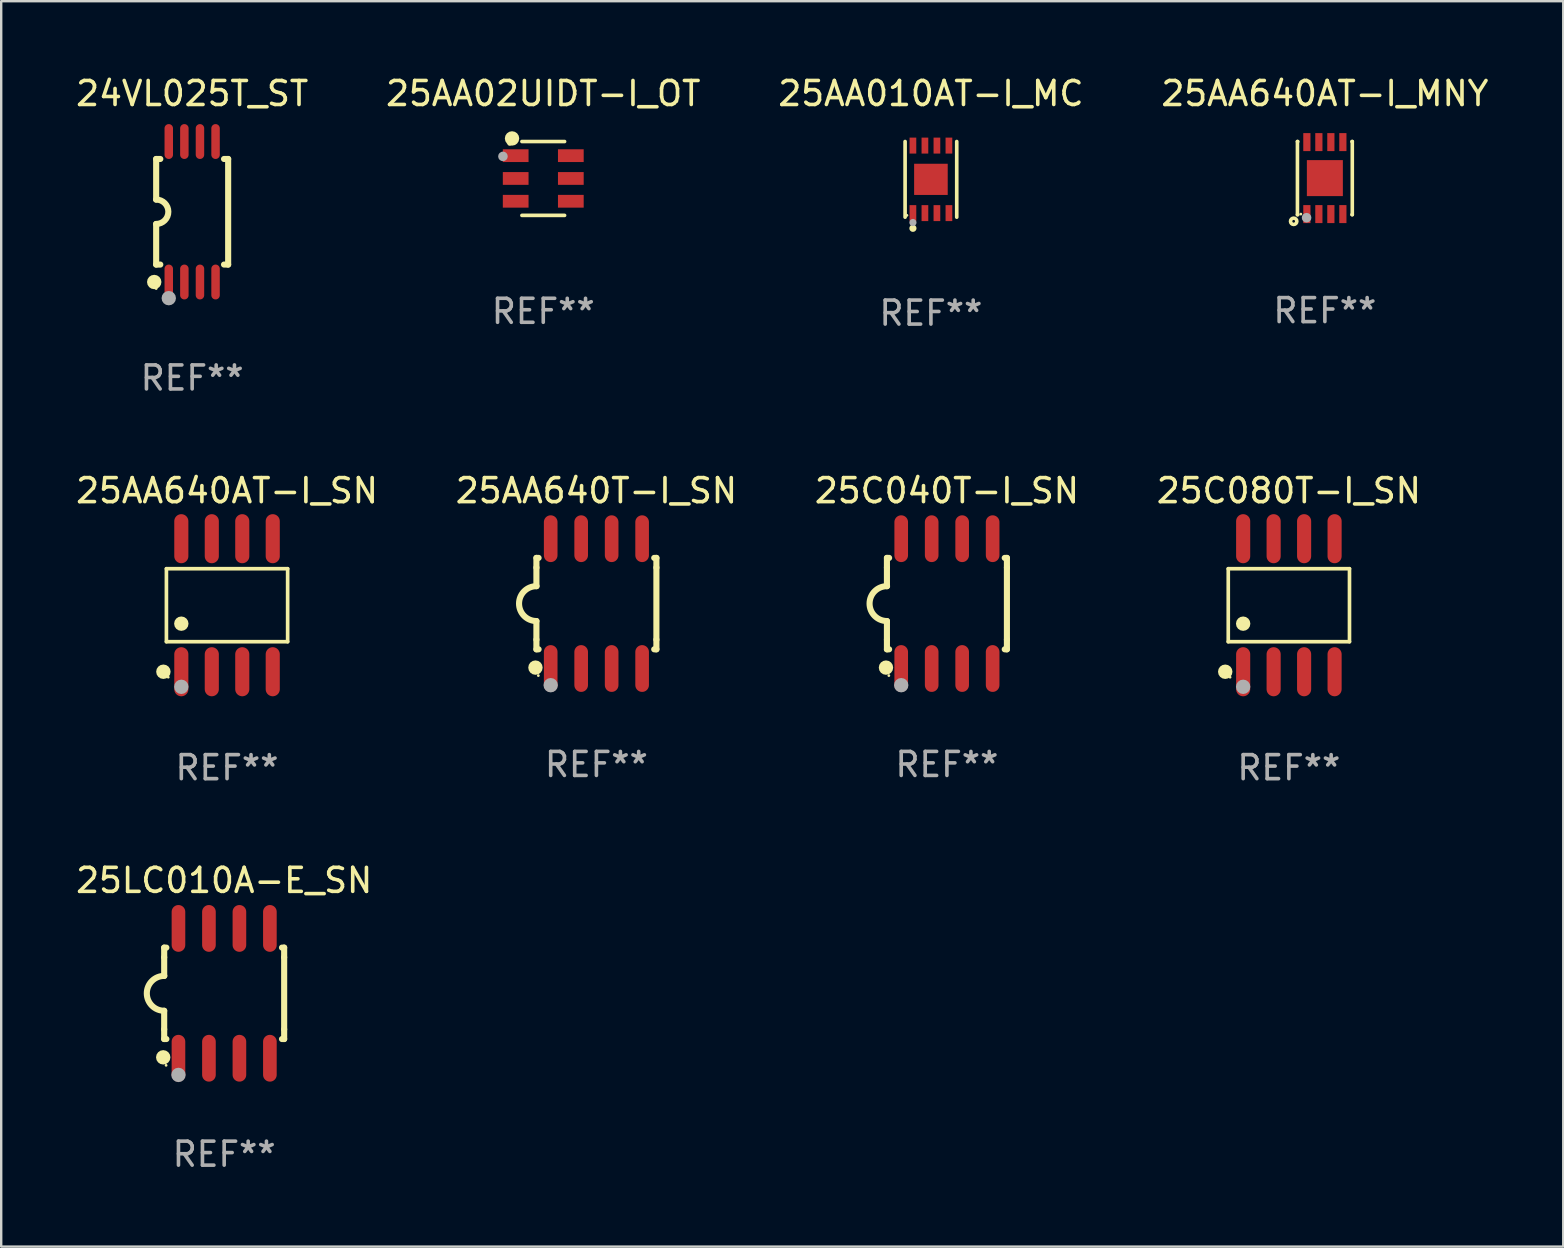
<source format=kicad_pcb>
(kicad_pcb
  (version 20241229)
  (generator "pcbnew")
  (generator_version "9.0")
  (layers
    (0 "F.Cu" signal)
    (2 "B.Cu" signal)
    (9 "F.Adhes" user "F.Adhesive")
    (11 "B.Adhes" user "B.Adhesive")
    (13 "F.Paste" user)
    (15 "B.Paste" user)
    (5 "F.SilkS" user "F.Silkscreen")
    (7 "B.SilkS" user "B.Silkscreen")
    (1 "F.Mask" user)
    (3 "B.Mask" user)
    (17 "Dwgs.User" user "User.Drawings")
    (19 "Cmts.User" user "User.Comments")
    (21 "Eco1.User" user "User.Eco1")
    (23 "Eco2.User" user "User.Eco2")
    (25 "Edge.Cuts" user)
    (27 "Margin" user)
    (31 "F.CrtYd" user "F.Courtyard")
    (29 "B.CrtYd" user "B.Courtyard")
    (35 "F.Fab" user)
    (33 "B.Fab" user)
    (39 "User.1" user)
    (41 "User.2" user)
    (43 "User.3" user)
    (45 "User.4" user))
  (footprint "25AA010AT-I_MC"
    (layer "F.Cu")
    (at 35.744 4.424)
    (property "Reference" "25AA010AT-I_MC" (at 0 -3.576 0) (layer "F.SilkS") (effects (font (size 1 1) (thickness 0.15))))
    (attr through_hole)
    (fp_line (start -1.076 1.576) (end -1.076 -1.576) (stroke (width 0.152) (type solid)) (layer "F.SilkS"))
    (fp_line (start 1.076 1.576) (end 1.076 -1.576) (stroke (width 0.152) (type solid)) (layer "F.SilkS"))
    (fp_circle (center -1 1.5) (end -0.97 1.5) (stroke (width 0.06) (type solid)) (fill no) (layer "F.SilkS"))
    (fp_circle (center -0.75 2.04) (end -0.675 2.04) (stroke (width 0.15) (type solid)) (fill no) (layer "F.SilkS"))
    (fp_circle (center -0.75 1.8) (end -0.675 1.8) (stroke (width 0.15) (type solid)) (fill no) (layer "F.Fab"))
    (fp_text user "REF**" (at 0 5.576 0) (layer "F.Fab") (effects (font (size 1 1) (thickness 0.15))))
    (pad "1" smd rect (at -0.75 1.407) (size 0.28 0.665) (layers "F.Cu" "F.Mask" "F.Paste"))
    (pad "2" smd rect (at -0.25 1.407) (size 0.28 0.665) (layers "F.Cu" "F.Mask" "F.Paste"))
    (pad "3" smd rect (at 0.25 1.407) (size 0.28 0.665) (layers "F.Cu" "F.Mask" "F.Paste"))
    (pad "4" smd rect (at 0.75 1.407) (size 0.28 0.665) (layers "F.Cu" "F.Mask" "F.Paste"))
    (pad "5" smd rect (at 0.75 -1.407) (size 0.28 0.665) (layers "F.Cu" "F.Mask" "F.Paste"))
    (pad "6" smd rect (at 0.25 -1.407) (size 0.28 0.665) (layers "F.Cu" "F.Mask" "F.Paste"))
    (pad "7" smd rect (at -0.25 -1.407) (size 0.28 0.665) (layers "F.Cu" "F.Mask" "F.Paste"))
    (pad "8" smd rect (at -0.75 -1.407) (size 0.28 0.665) (layers "F.Cu" "F.Mask" "F.Paste"))
    (pad "9" smd rect (at 0 0) (size 1.4 1.3) (layers "F.Cu" "F.Mask" "F.Paste")))
  (footprint "25AA640AT-I_MNY"
    (layer "F.Cu")
    (at 52.161 4.372)
    (property "Reference" "25AA640AT-I_MNY" (at 0 -3.524 0) (layer "F.SilkS") (effects (font (size 1 1) (thickness 0.15))))
    (attr through_hole)
    (fp_line (start -1.143 -1.524) (end -1.143 1.524) (stroke (width 0.15) (type solid)) (layer "F.SilkS"))
    (fp_line (start -1.143 1.524) (end -1.129 1.524) (stroke (width 0.15) (type solid)) (layer "F.SilkS"))
    (fp_line (start -1.129 -1.524) (end -1.143 -1.524) (stroke (width 0.15) (type solid)) (layer "F.SilkS"))
    (fp_line (start 1.129 1.524) (end 1.143 1.524) (stroke (width 0.15) (type solid)) (layer "F.SilkS"))
    (fp_line (start 1.143 -1.524) (end 1.129 -1.524) (stroke (width 0.15) (type solid)) (layer "F.SilkS"))
    (fp_line (start 1.143 1.524) (end 1.143 -1.524) (stroke (width 0.15) (type solid)) (layer "F.SilkS"))
    (fp_circle (center -1.3 1.8) (end -1.243 1.8) (stroke (width 0.15) (type solid)) (fill no) (layer "F.SilkS"))
    (fp_circle (center -1 1.5) (end -0.97 1.5) (stroke (width 0.06) (type solid)) (fill no) (layer "F.SilkS"))
    (fp_circle (center -0.762 1.651) (end -0.662 1.651) (stroke (width 0.2) (type solid)) (fill no) (layer "F.Fab"))
    (fp_text user "REF**" (at 0 5.524 0) (layer "F.Fab") (effects (font (size 1 1) (thickness 0.15))))
    (pad "1" smd rect (at -0.75 1.5 90) (size 0.75 0.3) (layers "F.Cu" "F.Mask" "F.Paste"))
    (pad "2" smd rect (at -0.25 1.5 90) (size 0.75 0.3) (layers "F.Cu" "F.Mask" "F.Paste"))
    (pad "3" smd rect (at 0.25 1.5 90) (size 0.75 0.3) (layers "F.Cu" "F.Mask" "F.Paste"))
    (pad "4" smd rect (at 0.75 1.5 90) (size 0.75 0.3) (layers "F.Cu" "F.Mask" "F.Paste"))
    (pad "5" smd rect (at 0.75 -1.5 90) (size 0.75 0.3) (layers "F.Cu" "F.Mask" "F.Paste"))
    (pad "6" smd rect (at 0.25 -1.5 90) (size 0.75 0.3) (layers "F.Cu" "F.Mask" "F.Paste"))
    (pad "7" smd rect (at -0.25 -1.5 90) (size 0.75 0.3) (layers "F.Cu" "F.Mask" "F.Paste"))
    (pad "8" smd rect (at -0.75 -1.5 90) (size 0.75 0.3) (layers "F.Cu" "F.Mask" "F.Paste"))
    (pad "9" smd rect (at -0.000203 0.000457 90) (size 1.5 1.5) (layers "F.Cu" "F.Mask" "F.Paste")))
  (footprint "24VL025T_ST"
    (layer "F.Cu")
    (at 4.958 5.775)
    (property "Reference" "24VL025T_ST" (at 0 -4.927 0) (layer "F.SilkS") (effects (font (size 1 1) (thickness 0.15))))
    (attr through_hole)
    (fp_line (start -1.5 -2.2) (end -1.5 -0.508) (stroke (width 0.254) (type solid)) (layer "F.SilkS"))
    (fp_line (start -1.5 -2.2) (end -1.328 -2.2) (stroke (width 0.254) (type solid)) (layer "F.SilkS"))
    (fp_line (start -1.5 2.2) (end -1.5 0.508) (stroke (width 0.254) (type solid)) (layer "F.SilkS"))
    (fp_line (start -1.5 2.2) (end -1.328 2.2) (stroke (width 0.254) (type solid)) (layer "F.SilkS"))
    (fp_line (start 1.328 -2.2) (end 1.5 -2.2) (stroke (width 0.254) (type solid)) (layer "F.SilkS"))
    (fp_line (start 1.328 2.2) (end 1.5 2.2) (stroke (width 0.254) (type solid)) (layer "F.SilkS"))
    (fp_line (start 1.5 -2.2) (end 1.5 2.2) (stroke (width 0.254) (type solid)) (layer "F.SilkS"))
    (fp_arc (start -1.501144 -0.508) (mid -0.993143 -0.000571) (end -1.5 0.508001) (stroke (width 0.254001) (type solid)) (layer "F.SilkS"))
    (fp_circle (center -1.581 2.927) (end -1.431 2.927) (stroke (width 0.3) (type solid)) (fill no) (layer "F.SilkS"))
    (fp_circle (center -1.5 3.2) (end -1.47 3.2) (stroke (width 0.06) (type solid)) (fill no) (layer "F.SilkS"))
    (fp_circle (center -0.975 3.6) (end -0.825 3.6) (stroke (width 0.3) (type solid)) (fill no) (layer "F.Fab"))
    (fp_text user "REF**" (at 0 6.927 0) (layer "F.Fab") (effects (font (size 1 1) (thickness 0.15))))
    (pad "1" smd oval (at -0.975 2.927) (size 0.353 1.454) (layers "F.Cu" "F.Mask" "F.Paste"))
    (pad "2" smd oval (at -0.325 2.927) (size 0.353 1.454) (layers "F.Cu" "F.Mask" "F.Paste"))
    (pad "3" smd oval (at 0.325 2.927) (size 0.353 1.454) (layers "F.Cu" "F.Mask" "F.Paste"))
    (pad "4" smd oval (at 0.975 2.927) (size 0.353 1.454) (layers "F.Cu" "F.Mask" "F.Paste"))
    (pad "5" smd oval (at 0.975 -2.927) (size 0.353 1.454) (layers "F.Cu" "F.Mask" "F.Paste"))
    (pad "6" smd oval (at 0.325 -2.927) (size 0.353 1.454) (layers "F.Cu" "F.Mask" "F.Paste"))
    (pad "7" smd oval (at -0.325 -2.927) (size 0.353 1.454) (layers "F.Cu" "F.Mask" "F.Paste"))
    (pad "8" smd oval (at -0.975 -2.927) (size 0.353 1.454) (layers "F.Cu" "F.Mask" "F.Paste")))
  (footprint "25AA02UIDT-I_OT"
    (layer "F.Cu")
    (at 19.589 4.387)
    (property "Reference" "25AA02UIDT-I_OT" (at 0 -3.539 0) (layer "F.SilkS") (effects (font (size 1 1) (thickness 0.15))))
    (attr through_hole)
    (fp_line (start -0.889 -1.539) (end 0.889 -1.539) (stroke (width 0.152) (type solid)) (layer "F.SilkS"))
    (fp_line (start -0.889 1.539) (end 0.889 1.539) (stroke (width 0.152) (type solid)) (layer "F.SilkS"))
    (fp_circle (center -1.4 -1.463) (end -1.35 -1.463) (stroke (width 0.1) (type solid)) (fill no) (layer "F.SilkS"))
    (fp_circle (center -1.301 -1.668) (end -1.151 -1.668) (stroke (width 0.3) (type solid)) (fill no) (layer "F.SilkS"))
    (fp_circle (center -1.68 -0.92) (end -1.58 -0.92) (stroke (width 0.2) (type solid)) (fill no) (layer "F.Fab"))
    (fp_text user "REF**" (at 0 5.539 0) (layer "F.Fab") (effects (font (size 1 1) (thickness 0.15))))
    (pad "1" smd rect (at -1.149 -0.95 270) (size 0.532 1.072) (layers "F.Cu" "F.Mask" "F.Paste"))
    (pad "2" smd rect (at -1.149 0.000102 270) (size 0.532 1.072) (layers "F.Cu" "F.Mask" "F.Paste"))
    (pad "3" smd rect (at -1.149 0.95 270) (size 0.532 1.072) (layers "F.Cu" "F.Mask" "F.Paste"))
    (pad "4" smd rect (at 1.149 0.95 270) (size 0.532 1.072) (layers "F.Cu" "F.Mask" "F.Paste"))
    (pad "5" smd rect (at 1.149 0.000102 270) (size 0.532 1.072) (layers "F.Cu" "F.Mask" "F.Paste"))
    (pad "6" smd rect (at 1.149 -0.95 270) (size 0.532 1.072) (layers "F.Cu" "F.Mask" "F.Paste")))
  (footprint "25C080T-I_SN"
    (layer "F.Cu")
    (at 50.661 22.171)
    (property "Reference" "25C080T-I_SN" (at 0 -4.772 0) (layer "F.SilkS") (effects (font (size 1 1) (thickness 0.15))))
    (attr through_hole)
    (fp_line (start -2.526 -1.521) (end 2.526 -1.521) (stroke (width 0.152) (type solid)) (layer "F.SilkS"))
    (fp_line (start -2.526 1.521) (end -2.526 -1.521) (stroke (width 0.152) (type solid)) (layer "F.SilkS"))
    (fp_line (start 2.526 -1.521) (end 2.526 1.521) (stroke (width 0.152) (type solid)) (layer "F.SilkS"))
    (fp_line (start 2.526 1.521) (end -2.526 1.521) (stroke (width 0.152) (type solid)) (layer "F.SilkS"))
    (fp_circle (center -2.652 2.772) (end -2.501 2.772) (stroke (width 0.3) (type solid)) (fill no) (layer "F.SilkS"))
    (fp_circle (center -2.45 3) (end -2.42 3) (stroke (width 0.06) (type solid)) (fill no) (layer "F.SilkS"))
    (fp_circle (center -1.905 0.769) (end -1.755 0.769) (stroke (width 0.3) (type solid)) (fill no) (layer "F.SilkS"))
    (fp_circle (center -1.905 3.4) (end -1.755 3.4) (stroke (width 0.3) (type solid)) (fill no) (layer "F.Fab"))
    (fp_text user "REF**" (at 0 6.772 0) (layer "F.Fab") (effects (font (size 1 1) (thickness 0.15))))
    (pad "1" smd oval (at -1.905 2.772) (size 0.588 2.045) (layers "F.Cu" "F.Mask" "F.Paste"))
    (pad "2" smd oval (at -0.635 2.772) (size 0.588 2.045) (layers "F.Cu" "F.Mask" "F.Paste"))
    (pad "3" smd oval (at 0.635 2.772) (size 0.588 2.045) (layers "F.Cu" "F.Mask" "F.Paste"))
    (pad "4" smd oval (at 1.905 2.772) (size 0.588 2.045) (layers "F.Cu" "F.Mask" "F.Paste"))
    (pad "5" smd oval (at 1.905 -2.772) (size 0.588 2.045) (layers "F.Cu" "F.Mask" "F.Paste"))
    (pad "6" smd oval (at 0.635 -2.772) (size 0.588 2.045) (layers "F.Cu" "F.Mask" "F.Paste"))
    (pad "7" smd oval (at -0.635 -2.772) (size 0.588 2.045) (layers "F.Cu" "F.Mask" "F.Paste"))
    (pad "8" smd oval (at -1.905 -2.772) (size 0.588 2.045) (layers "F.Cu" "F.Mask" "F.Paste")))
  (footprint "25AA640AT-I_SN"
    (layer "F.Cu")
    (at 6.411 22.171)
    (property "Reference" "25AA640AT-I_SN" (at 0 -4.772 0) (layer "F.SilkS") (effects (font (size 1 1) (thickness 0.15))))
    (attr through_hole)
    (fp_line (start -2.526 -1.521) (end 2.526 -1.521) (stroke (width 0.152) (type solid)) (layer "F.SilkS"))
    (fp_line (start -2.526 1.521) (end -2.526 -1.521) (stroke (width 0.152) (type solid)) (layer "F.SilkS"))
    (fp_line (start 2.526 -1.521) (end 2.526 1.521) (stroke (width 0.152) (type solid)) (layer "F.SilkS"))
    (fp_line (start 2.526 1.521) (end -2.526 1.521) (stroke (width 0.152) (type solid)) (layer "F.SilkS"))
    (fp_circle (center -2.652 2.772) (end -2.501 2.772) (stroke (width 0.3) (type solid)) (fill no) (layer "F.SilkS"))
    (fp_circle (center -2.45 3) (end -2.42 3) (stroke (width 0.06) (type solid)) (fill no) (layer "F.SilkS"))
    (fp_circle (center -1.905 0.769) (end -1.755 0.769) (stroke (width 0.3) (type solid)) (fill no) (layer "F.SilkS"))
    (fp_circle (center -1.905 3.4) (end -1.755 3.4) (stroke (width 0.3) (type solid)) (fill no) (layer "F.Fab"))
    (fp_text user "REF**" (at 0 6.772 0) (layer "F.Fab") (effects (font (size 1 1) (thickness 0.15))))
    (pad "1" smd oval (at -1.905 2.772) (size 0.588 2.045) (layers "F.Cu" "F.Mask" "F.Paste"))
    (pad "2" smd oval (at -0.635 2.772) (size 0.588 2.045) (layers "F.Cu" "F.Mask" "F.Paste"))
    (pad "3" smd oval (at 0.635 2.772) (size 0.588 2.045) (layers "F.Cu" "F.Mask" "F.Paste"))
    (pad "4" smd oval (at 1.905 2.772) (size 0.588 2.045) (layers "F.Cu" "F.Mask" "F.Paste"))
    (pad "5" smd oval (at 1.905 -2.772) (size 0.588 2.045) (layers "F.Cu" "F.Mask" "F.Paste"))
    (pad "6" smd oval (at 0.635 -2.772) (size 0.588 2.045) (layers "F.Cu" "F.Mask" "F.Paste"))
    (pad "7" smd oval (at -0.635 -2.772) (size 0.588 2.045) (layers "F.Cu" "F.Mask" "F.Paste"))
    (pad "8" smd oval (at -1.905 -2.772) (size 0.588 2.045) (layers "F.Cu" "F.Mask" "F.Paste")))
  (footprint "25LC010A-E_SN"
    (layer "F.Cu")
    (at 6.292 38.345)
    (property "Reference" "25LC010A-E_SN" (at 0 -4.705 0) (layer "F.SilkS") (effects (font (size 1 1) (thickness 0.15))))
    (attr through_hole)
    (fp_line (start -2.5 -1.905) (end -2.409 -1.905) (stroke (width 0.254) (type solid)) (layer "F.SilkS"))
    (fp_line (start -2.5 -1.5) (end -2.5 -1.905) (stroke (width 0.254) (type solid)) (layer "F.SilkS"))
    (fp_line (start -2.5 -1.5) (end -2.5 -0.726) (stroke (width 0.254) (type solid)) (layer "F.SilkS"))
    (fp_line (start -2.5 1.5) (end -2.5 0.727) (stroke (width 0.254) (type solid)) (layer "F.SilkS"))
    (fp_line (start -2.5 1.5) (end -2.5 1.905) (stroke (width 0.254) (type solid)) (layer "F.SilkS"))
    (fp_line (start -2.5 1.905) (end -2.409 1.905) (stroke (width 0.254) (type solid)) (layer "F.SilkS"))
    (fp_line (start 2.5 -1.905) (end 2.409 -1.905) (stroke (width 0.254) (type solid)) (layer "F.SilkS"))
    (fp_line (start 2.5 -1.5) (end 2.5 -1.905) (stroke (width 0.254) (type solid)) (layer "F.SilkS"))
    (fp_line (start 2.5 -1.5) (end 2.5 1.5) (stroke (width 0.254) (type solid)) (layer "F.SilkS"))
    (fp_line (start 2.5 1.5) (end 2.5 1.905) (stroke (width 0.254) (type solid)) (layer "F.SilkS"))
    (fp_line (start 2.5 1.905) (end 2.409 1.905) (stroke (width 0.254) (type solid)) (layer "F.SilkS"))
    (fp_arc (start -2.5 0.726568) (mid -3.220316 -0.0023) (end -2.495097 -0.726289) (stroke (width 0.254001) (type solid)) (layer "F.SilkS"))
    (fp_circle (center -2.54 2.667) (end -2.39 2.667) (stroke (width 0.3) (type solid)) (fill no) (layer "F.SilkS"))
    (fp_circle (center -2.42 3) (end -2.39 3) (stroke (width 0.06) (type solid)) (fill no) (layer "F.SilkS"))
    (fp_circle (center -1.905 3.4) (end -1.755 3.4) (stroke (width 0.3) (type solid)) (fill no) (layer "F.Fab"))
    (fp_text user "REF**" (at 0 6.705 0) (layer "F.Fab") (effects (font (size 1 1) (thickness 0.15))))
    (pad "1" smd oval (at -1.905 2.705) (size 0.568 1.95) (layers "F.Cu" "F.Mask" "F.Paste"))
    (pad "2" smd oval (at -0.635 2.705) (size 0.568 1.95) (layers "F.Cu" "F.Mask" "F.Paste"))
    (pad "3" smd oval (at 0.635 2.705) (size 0.568 1.95) (layers "F.Cu" "F.Mask" "F.Paste"))
    (pad "4" smd oval (at 1.905 2.705) (size 0.568 1.95) (layers "F.Cu" "F.Mask" "F.Paste"))
    (pad "5" smd oval (at 1.905 -2.705) (size 0.568 1.95) (layers "F.Cu" "F.Mask" "F.Paste"))
    (pad "6" smd oval (at 0.635 -2.705) (size 0.568 1.95) (layers "F.Cu" "F.Mask" "F.Paste"))
    (pad "7" smd oval (at -0.635 -2.705) (size 0.568 1.95) (layers "F.Cu" "F.Mask" "F.Paste"))
    (pad "8" smd oval (at -1.905 -2.705) (size 0.568 1.95) (layers "F.Cu" "F.Mask" "F.Paste")))
  (footprint "25AA640T-I_SN"
    (layer "F.Cu")
    (at 21.804 22.104)
    (property "Reference" "25AA640T-I_SN" (at 0 -4.705 0) (layer "F.SilkS") (effects (font (size 1 1) (thickness 0.15))))
    (attr through_hole)
    (fp_line (start -2.5 -1.905) (end -2.409 -1.905) (stroke (width 0.254) (type solid)) (layer "F.SilkS"))
    (fp_line (start -2.5 -1.5) (end -2.5 -1.905) (stroke (width 0.254) (type solid)) (layer "F.SilkS"))
    (fp_line (start -2.5 -1.5) (end -2.5 -0.726) (stroke (width 0.254) (type solid)) (layer "F.SilkS"))
    (fp_line (start -2.5 1.5) (end -2.5 0.727) (stroke (width 0.254) (type solid)) (layer "F.SilkS"))
    (fp_line (start -2.5 1.5) (end -2.5 1.905) (stroke (width 0.254) (type solid)) (layer "F.SilkS"))
    (fp_line (start -2.5 1.905) (end -2.409 1.905) (stroke (width 0.254) (type solid)) (layer "F.SilkS"))
    (fp_line (start 2.5 -1.905) (end 2.409 -1.905) (stroke (width 0.254) (type solid)) (layer "F.SilkS"))
    (fp_line (start 2.5 -1.5) (end 2.5 -1.905) (stroke (width 0.254) (type solid)) (layer "F.SilkS"))
    (fp_line (start 2.5 -1.5) (end 2.5 1.5) (stroke (width 0.254) (type solid)) (layer "F.SilkS"))
    (fp_line (start 2.5 1.5) (end 2.5 1.905) (stroke (width 0.254) (type solid)) (layer "F.SilkS"))
    (fp_line (start 2.5 1.905) (end 2.409 1.905) (stroke (width 0.254) (type solid)) (layer "F.SilkS"))
    (fp_arc (start -2.5 0.726568) (mid -3.220316 -0.0023) (end -2.495097 -0.726289) (stroke (width 0.254001) (type solid)) (layer "F.SilkS"))
    (fp_circle (center -2.54 2.667) (end -2.39 2.667) (stroke (width 0.3) (type solid)) (fill no) (layer "F.SilkS"))
    (fp_circle (center -2.42 3) (end -2.39 3) (stroke (width 0.06) (type solid)) (fill no) (layer "F.SilkS"))
    (fp_circle (center -1.905 3.4) (end -1.755 3.4) (stroke (width 0.3) (type solid)) (fill no) (layer "F.Fab"))
    (fp_text user "REF**" (at 0 6.705 0) (layer "F.Fab") (effects (font (size 1 1) (thickness 0.15))))
    (pad "1" smd oval (at -1.905 2.705) (size 0.568 1.95) (layers "F.Cu" "F.Mask" "F.Paste"))
    (pad "2" smd oval (at -0.635 2.705) (size 0.568 1.95) (layers "F.Cu" "F.Mask" "F.Paste"))
    (pad "3" smd oval (at 0.635 2.705) (size 0.568 1.95) (layers "F.Cu" "F.Mask" "F.Paste"))
    (pad "4" smd oval (at 1.905 2.705) (size 0.568 1.95) (layers "F.Cu" "F.Mask" "F.Paste"))
    (pad "5" smd oval (at 1.905 -2.705) (size 0.568 1.95) (layers "F.Cu" "F.Mask" "F.Paste"))
    (pad "6" smd oval (at 0.635 -2.705) (size 0.568 1.95) (layers "F.Cu" "F.Mask" "F.Paste"))
    (pad "7" smd oval (at -0.635 -2.705) (size 0.568 1.95) (layers "F.Cu" "F.Mask" "F.Paste"))
    (pad "8" smd oval (at -1.905 -2.705) (size 0.568 1.95) (layers "F.Cu" "F.Mask" "F.Paste")))
  (footprint "25C040T-I_SN"
    (layer "F.Cu")
    (at 36.411 22.104)
    (property "Reference" "25C040T-I_SN" (at 0 -4.705 0) (layer "F.SilkS") (effects (font (size 1 1) (thickness 0.15))))
    (attr through_hole)
    (fp_line (start -2.5 -1.905) (end -2.409 -1.905) (stroke (width 0.254) (type solid)) (layer "F.SilkS"))
    (fp_line (start -2.5 -1.5) (end -2.5 -1.905) (stroke (width 0.254) (type solid)) (layer "F.SilkS"))
    (fp_line (start -2.5 -1.5) (end -2.5 -0.726) (stroke (width 0.254) (type solid)) (layer "F.SilkS"))
    (fp_line (start -2.5 1.5) (end -2.5 0.727) (stroke (width 0.254) (type solid)) (layer "F.SilkS"))
    (fp_line (start -2.5 1.5) (end -2.5 1.905) (stroke (width 0.254) (type solid)) (layer "F.SilkS"))
    (fp_line (start -2.5 1.905) (end -2.409 1.905) (stroke (width 0.254) (type solid)) (layer "F.SilkS"))
    (fp_line (start 2.5 -1.905) (end 2.409 -1.905) (stroke (width 0.254) (type solid)) (layer "F.SilkS"))
    (fp_line (start 2.5 -1.5) (end 2.5 -1.905) (stroke (width 0.254) (type solid)) (layer "F.SilkS"))
    (fp_line (start 2.5 -1.5) (end 2.5 1.5) (stroke (width 0.254) (type solid)) (layer "F.SilkS"))
    (fp_line (start 2.5 1.5) (end 2.5 1.905) (stroke (width 0.254) (type solid)) (layer "F.SilkS"))
    (fp_line (start 2.5 1.905) (end 2.409 1.905) (stroke (width 0.254) (type solid)) (layer "F.SilkS"))
    (fp_arc (start -2.5 0.726568) (mid -3.220316 -0.0023) (end -2.495097 -0.726289) (stroke (width 0.254001) (type solid)) (layer "F.SilkS"))
    (fp_circle (center -2.54 2.667) (end -2.39 2.667) (stroke (width 0.3) (type solid)) (fill no) (layer "F.SilkS"))
    (fp_circle (center -2.42 3) (end -2.39 3) (stroke (width 0.06) (type solid)) (fill no) (layer "F.SilkS"))
    (fp_circle (center -1.905 3.4) (end -1.755 3.4) (stroke (width 0.3) (type solid)) (fill no) (layer "F.Fab"))
    (fp_text user "REF**" (at 0 6.705 0) (layer "F.Fab") (effects (font (size 1 1) (thickness 0.15))))
    (pad "1" smd oval (at -1.905 2.705) (size 0.568 1.95) (layers "F.Cu" "F.Mask" "F.Paste"))
    (pad "2" smd oval (at -0.635 2.705) (size 0.568 1.95) (layers "F.Cu" "F.Mask" "F.Paste"))
    (pad "3" smd oval (at 0.635 2.705) (size 0.568 1.95) (layers "F.Cu" "F.Mask" "F.Paste"))
    (pad "4" smd oval (at 1.905 2.705) (size 0.568 1.95) (layers "F.Cu" "F.Mask" "F.Paste"))
    (pad "5" smd oval (at 1.905 -2.705) (size 0.568 1.95) (layers "F.Cu" "F.Mask" "F.Paste"))
    (pad "6" smd oval (at 0.635 -2.705) (size 0.568 1.95) (layers "F.Cu" "F.Mask" "F.Paste"))
    (pad "7" smd oval (at -0.635 -2.705) (size 0.568 1.95) (layers "F.Cu" "F.Mask" "F.Paste"))
    (pad "8" smd oval (at -1.905 -2.705) (size 0.568 1.95) (layers "F.Cu" "F.Mask" "F.Paste")))
  (gr_rect
    (start -3 -3)
    (end 62.095 48.899)
    (stroke (width 0.1) (type default))
    (fill no)
    (layer "Edge.Cuts")))
</source>
